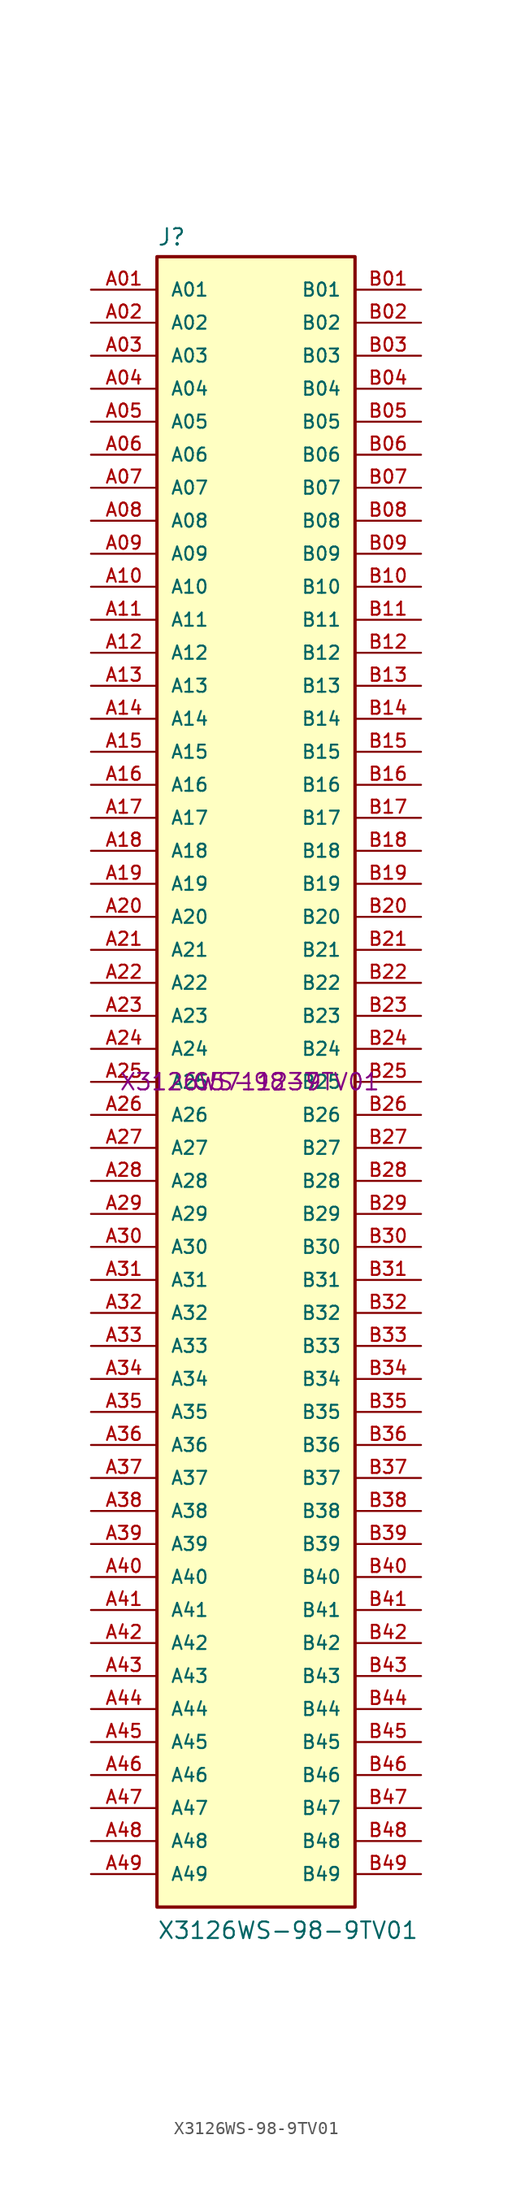
<source format=kicad_sym>
(kicad_symbol_lib
  (version 20231120)
  (generator "kicad_symbol_editor")
  (generator_version "8.0")
  (symbol "X3126WS-98-9TV01"
    (pin_names
      (offset 1.016))
    (property "Reference" "J"
      (at -7.62 64.262 0)
      (effects (font (size 1.27 1.27)) (justify left bottom)))
    (property "Value" "X3126WS-98-9TV01"
      (at -7.62 -66.04 0)
      (effects (font (size 1.27 1.27)) (justify left bottom)))
    (property "Mfr. Part # " "X3126WS-98-9TV01 "
      (at 0 0 0)
      (effects (font (size 1.27 1.27))))
    (property "LCSC Part # " "C5711237"
      (at 0 0 0)
      (effects (font (size 1.27 1.27))))
    (symbol "X3126WS-98-9TV01_0_0"
      (rectangle (start -7.62 63.5) (end 7.62 -63.5) (stroke (width 0.254) (type default)) (fill (type background)))
      (pin passive line (at -12.7 60.96 0) (length 5.08) (name "A01" (effects (font (size 1.016 1.016)))) (number "A01" (effects (font (size 1.016 1.016)))))
      (pin passive line (at -12.7 58.42 0) (length 5.08) (name "A02" (effects (font (size 1.016 1.016)))) (number "A02" (effects (font (size 1.016 1.016)))))
      (pin passive line (at -12.7 55.88 0) (length 5.08) (name "A03" (effects (font (size 1.016 1.016)))) (number "A03" (effects (font (size 1.016 1.016)))))
      (pin passive line (at -12.7 53.34 0) (length 5.08) (name "A04" (effects (font (size 1.016 1.016)))) (number "A04" (effects (font (size 1.016 1.016)))))
      (pin passive line (at -12.7 50.8 0) (length 5.08) (name "A05" (effects (font (size 1.016 1.016)))) (number "A05" (effects (font (size 1.016 1.016)))))
      (pin passive line (at -12.7 48.26 0) (length 5.08) (name "A06" (effects (font (size 1.016 1.016)))) (number "A06" (effects (font (size 1.016 1.016)))))
      (pin passive line (at -12.7 45.72 0) (length 5.08) (name "A07" (effects (font (size 1.016 1.016)))) (number "A07" (effects (font (size 1.016 1.016)))))
      (pin passive line (at -12.7 43.18 0) (length 5.08) (name "A08" (effects (font (size 1.016 1.016)))) (number "A08" (effects (font (size 1.016 1.016)))))
      (pin passive line (at -12.7 40.64 0) (length 5.08) (name "A09" (effects (font (size 1.016 1.016)))) (number "A09" (effects (font (size 1.016 1.016)))))
      (pin passive line (at -12.7 38.1 0) (length 5.08) (name "A10" (effects (font (size 1.016 1.016)))) (number "A10" (effects (font (size 1.016 1.016)))))
      (pin passive line (at -12.7 35.56 0) (length 5.08) (name "A11" (effects (font (size 1.016 1.016)))) (number "A11" (effects (font (size 1.016 1.016)))))
      (pin passive line (at -12.7 33.02 0) (length 5.08) (name "A12" (effects (font (size 1.016 1.016)))) (number "A12" (effects (font (size 1.016 1.016)))))
      (pin passive line (at -12.7 30.48 0) (length 5.08) (name "A13" (effects (font (size 1.016 1.016)))) (number "A13" (effects (font (size 1.016 1.016)))))
      (pin passive line (at -12.7 27.94 0) (length 5.08) (name "A14" (effects (font (size 1.016 1.016)))) (number "A14" (effects (font (size 1.016 1.016)))))
      (pin passive line (at -12.7 25.4 0) (length 5.08) (name "A15" (effects (font (size 1.016 1.016)))) (number "A15" (effects (font (size 1.016 1.016)))))
      (pin passive line (at -12.7 22.86 0) (length 5.08) (name "A16" (effects (font (size 1.016 1.016)))) (number "A16" (effects (font (size 1.016 1.016)))))
      (pin passive line (at -12.7 20.32 0) (length 5.08) (name "A17" (effects (font (size 1.016 1.016)))) (number "A17" (effects (font (size 1.016 1.016)))))
      (pin passive line (at -12.7 17.78 0) (length 5.08) (name "A18" (effects (font (size 1.016 1.016)))) (number "A18" (effects (font (size 1.016 1.016)))))
      (pin passive line (at -12.7 15.24 0) (length 5.08) (name "A19" (effects (font (size 1.016 1.016)))) (number "A19" (effects (font (size 1.016 1.016)))))
      (pin passive line (at -12.7 12.7 0) (length 5.08) (name "A20" (effects (font (size 1.016 1.016)))) (number "A20" (effects (font (size 1.016 1.016)))))
      (pin passive line (at -12.7 10.16 0) (length 5.08) (name "A21" (effects (font (size 1.016 1.016)))) (number "A21" (effects (font (size 1.016 1.016)))))
      (pin passive line (at -12.7 7.62 0) (length 5.08) (name "A22" (effects (font (size 1.016 1.016)))) (number "A22" (effects (font (size 1.016 1.016)))))
      (pin passive line (at -12.7 5.08 0) (length 5.08) (name "A23" (effects (font (size 1.016 1.016)))) (number "A23" (effects (font (size 1.016 1.016)))))
      (pin passive line (at -12.7 2.54 0) (length 5.08) (name "A24" (effects (font (size 1.016 1.016)))) (number "A24" (effects (font (size 1.016 1.016)))))
      (pin passive line (at -12.7 0 0) (length 5.08) (name "A25" (effects (font (size 1.016 1.016)))) (number "A25" (effects (font (size 1.016 1.016)))))
      (pin passive line (at -12.7 -2.54 0) (length 5.08) (name "A26" (effects (font (size 1.016 1.016)))) (number "A26" (effects (font (size 1.016 1.016)))))
      (pin passive line (at -12.7 -5.08 0) (length 5.08) (name "A27" (effects (font (size 1.016 1.016)))) (number "A27" (effects (font (size 1.016 1.016)))))
      (pin passive line (at -12.7 -7.62 0) (length 5.08) (name "A28" (effects (font (size 1.016 1.016)))) (number "A28" (effects (font (size 1.016 1.016)))))
      (pin passive line (at -12.7 -10.16 0) (length 5.08) (name "A29" (effects (font (size 1.016 1.016)))) (number "A29" (effects (font (size 1.016 1.016)))))
      (pin passive line (at -12.7 -12.7 0) (length 5.08) (name "A30" (effects (font (size 1.016 1.016)))) (number "A30" (effects (font (size 1.016 1.016)))))
      (pin passive line (at -12.7 -15.24 0) (length 5.08) (name "A31" (effects (font (size 1.016 1.016)))) (number "A31" (effects (font (size 1.016 1.016)))))
      (pin passive line (at -12.7 -17.78 0) (length 5.08) (name "A32" (effects (font (size 1.016 1.016)))) (number "A32" (effects (font (size 1.016 1.016)))))
      (pin passive line (at -12.7 -20.32 0) (length 5.08) (name "A33" (effects (font (size 1.016 1.016)))) (number "A33" (effects (font (size 1.016 1.016)))))
      (pin passive line (at -12.7 -22.86 0) (length 5.08) (name "A34" (effects (font (size 1.016 1.016)))) (number "A34" (effects (font (size 1.016 1.016)))))
      (pin passive line (at -12.7 -25.4 0) (length 5.08) (name "A35" (effects (font (size 1.016 1.016)))) (number "A35" (effects (font (size 1.016 1.016)))))
      (pin passive line (at -12.7 -27.94 0) (length 5.08) (name "A36" (effects (font (size 1.016 1.016)))) (number "A36" (effects (font (size 1.016 1.016)))))
      (pin passive line (at -12.7 -30.48 0) (length 5.08) (name "A37" (effects (font (size 1.016 1.016)))) (number "A37" (effects (font (size 1.016 1.016)))))
      (pin passive line (at -12.7 -33.02 0) (length 5.08) (name "A38" (effects (font (size 1.016 1.016)))) (number "A38" (effects (font (size 1.016 1.016)))))
      (pin passive line (at -12.7 -35.56 0) (length 5.08) (name "A39" (effects (font (size 1.016 1.016)))) (number "A39" (effects (font (size 1.016 1.016)))))
      (pin passive line (at -12.7 -38.1 0) (length 5.08) (name "A40" (effects (font (size 1.016 1.016)))) (number "A40" (effects (font (size 1.016 1.016)))))
      (pin passive line (at -12.7 -40.64 0) (length 5.08) (name "A41" (effects (font (size 1.016 1.016)))) (number "A41" (effects (font (size 1.016 1.016)))))
      (pin passive line (at -12.7 -43.18 0) (length 5.08) (name "A42" (effects (font (size 1.016 1.016)))) (number "A42" (effects (font (size 1.016 1.016)))))
      (pin passive line (at -12.7 -45.72 0) (length 5.08) (name "A43" (effects (font (size 1.016 1.016)))) (number "A43" (effects (font (size 1.016 1.016)))))
      (pin passive line (at -12.7 -48.26 0) (length 5.08) (name "A44" (effects (font (size 1.016 1.016)))) (number "A44" (effects (font (size 1.016 1.016)))))
      (pin passive line (at -12.7 -50.8 0) (length 5.08) (name "A45" (effects (font (size 1.016 1.016)))) (number "A45" (effects (font (size 1.016 1.016)))))
      (pin passive line (at -12.7 -53.34 0) (length 5.08) (name "A46" (effects (font (size 1.016 1.016)))) (number "A46" (effects (font (size 1.016 1.016)))))
      (pin passive line (at -12.7 -55.88 0) (length 5.08) (name "A47" (effects (font (size 1.016 1.016)))) (number "A47" (effects (font (size 1.016 1.016)))))
      (pin passive line (at -12.7 -58.42 0) (length 5.08) (name "A48" (effects (font (size 1.016 1.016)))) (number "A48" (effects (font (size 1.016 1.016)))))
      (pin passive line (at -12.7 -60.96 0) (length 5.08) (name "A49" (effects (font (size 1.016 1.016)))) (number "A49" (effects (font (size 1.016 1.016)))))
      (pin passive line (at 12.7 60.96 180) (length 5.08) (name "B01" (effects (font (size 1.016 1.016)))) (number "B01" (effects (font (size 1.016 1.016)))))
      (pin passive line (at 12.7 58.42 180) (length 5.08) (name "B02" (effects (font (size 1.016 1.016)))) (number "B02" (effects (font (size 1.016 1.016)))))
      (pin passive line (at 12.7 55.88 180) (length 5.08) (name "B03" (effects (font (size 1.016 1.016)))) (number "B03" (effects (font (size 1.016 1.016)))))
      (pin passive line (at 12.7 53.34 180) (length 5.08) (name "B04" (effects (font (size 1.016 1.016)))) (number "B04" (effects (font (size 1.016 1.016)))))
      (pin passive line (at 12.7 50.8 180) (length 5.08) (name "B05" (effects (font (size 1.016 1.016)))) (number "B05" (effects (font (size 1.016 1.016)))))
      (pin passive line (at 12.7 48.26 180) (length 5.08) (name "B06" (effects (font (size 1.016 1.016)))) (number "B06" (effects (font (size 1.016 1.016)))))
      (pin passive line (at 12.7 45.72 180) (length 5.08) (name "B07" (effects (font (size 1.016 1.016)))) (number "B07" (effects (font (size 1.016 1.016)))))
      (pin passive line (at 12.7 43.18 180) (length 5.08) (name "B08" (effects (font (size 1.016 1.016)))) (number "B08" (effects (font (size 1.016 1.016)))))
      (pin passive line (at 12.7 40.64 180) (length 5.08) (name "B09" (effects (font (size 1.016 1.016)))) (number "B09" (effects (font (size 1.016 1.016)))))
      (pin passive line (at 12.7 38.1 180) (length 5.08) (name "B10" (effects (font (size 1.016 1.016)))) (number "B10" (effects (font (size 1.016 1.016)))))
      (pin passive line (at 12.7 35.56 180) (length 5.08) (name "B11" (effects (font (size 1.016 1.016)))) (number "B11" (effects (font (size 1.016 1.016)))))
      (pin passive line (at 12.7 33.02 180) (length 5.08) (name "B12" (effects (font (size 1.016 1.016)))) (number "B12" (effects (font (size 1.016 1.016)))))
      (pin passive line (at 12.7 30.48 180) (length 5.08) (name "B13" (effects (font (size 1.016 1.016)))) (number "B13" (effects (font (size 1.016 1.016)))))
      (pin passive line (at 12.7 27.94 180) (length 5.08) (name "B14" (effects (font (size 1.016 1.016)))) (number "B14" (effects (font (size 1.016 1.016)))))
      (pin passive line (at 12.7 25.4 180) (length 5.08) (name "B15" (effects (font (size 1.016 1.016)))) (number "B15" (effects (font (size 1.016 1.016)))))
      (pin passive line (at 12.7 22.86 180) (length 5.08) (name "B16" (effects (font (size 1.016 1.016)))) (number "B16" (effects (font (size 1.016 1.016)))))
      (pin passive line (at 12.7 20.32 180) (length 5.08) (name "B17" (effects (font (size 1.016 1.016)))) (number "B17" (effects (font (size 1.016 1.016)))))
      (pin passive line (at 12.7 17.78 180) (length 5.08) (name "B18" (effects (font (size 1.016 1.016)))) (number "B18" (effects (font (size 1.016 1.016)))))
      (pin passive line (at 12.7 15.24 180) (length 5.08) (name "B19" (effects (font (size 1.016 1.016)))) (number "B19" (effects (font (size 1.016 1.016)))))
      (pin passive line (at 12.7 12.7 180) (length 5.08) (name "B20" (effects (font (size 1.016 1.016)))) (number "B20" (effects (font (size 1.016 1.016)))))
      (pin passive line (at 12.7 10.16 180) (length 5.08) (name "B21" (effects (font (size 1.016 1.016)))) (number "B21" (effects (font (size 1.016 1.016)))))
      (pin passive line (at 12.7 7.62 180) (length 5.08) (name "B22" (effects (font (size 1.016 1.016)))) (number "B22" (effects (font (size 1.016 1.016)))))
      (pin passive line (at 12.7 5.08 180) (length 5.08) (name "B23" (effects (font (size 1.016 1.016)))) (number "B23" (effects (font (size 1.016 1.016)))))
      (pin passive line (at 12.7 2.54 180) (length 5.08) (name "B24" (effects (font (size 1.016 1.016)))) (number "B24" (effects (font (size 1.016 1.016)))))
      (pin passive line (at 12.7 0 180) (length 5.08) (name "B25" (effects (font (size 1.016 1.016)))) (number "B25" (effects (font (size 1.016 1.016)))))
      (pin passive line (at 12.7 -2.54 180) (length 5.08) (name "B26" (effects (font (size 1.016 1.016)))) (number "B26" (effects (font (size 1.016 1.016)))))
      (pin passive line (at 12.7 -5.08 180) (length 5.08) (name "B27" (effects (font (size 1.016 1.016)))) (number "B27" (effects (font (size 1.016 1.016)))))
      (pin passive line (at 12.7 -7.62 180) (length 5.08) (name "B28" (effects (font (size 1.016 1.016)))) (number "B28" (effects (font (size 1.016 1.016)))))
      (pin passive line (at 12.7 -10.16 180) (length 5.08) (name "B29" (effects (font (size 1.016 1.016)))) (number "B29" (effects (font (size 1.016 1.016)))))
      (pin passive line (at 12.7 -12.7 180) (length 5.08) (name "B30" (effects (font (size 1.016 1.016)))) (number "B30" (effects (font (size 1.016 1.016)))))
      (pin passive line (at 12.7 -15.24 180) (length 5.08) (name "B31" (effects (font (size 1.016 1.016)))) (number "B31" (effects (font (size 1.016 1.016)))))
      (pin passive line (at 12.7 -17.78 180) (length 5.08) (name "B32" (effects (font (size 1.016 1.016)))) (number "B32" (effects (font (size 1.016 1.016)))))
      (pin passive line (at 12.7 -20.32 180) (length 5.08) (name "B33" (effects (font (size 1.016 1.016)))) (number "B33" (effects (font (size 1.016 1.016)))))
      (pin passive line (at 12.7 -22.86 180) (length 5.08) (name "B34" (effects (font (size 1.016 1.016)))) (number "B34" (effects (font (size 1.016 1.016)))))
      (pin passive line (at 12.7 -25.4 180) (length 5.08) (name "B35" (effects (font (size 1.016 1.016)))) (number "B35" (effects (font (size 1.016 1.016)))))
      (pin passive line (at 12.7 -27.94 180) (length 5.08) (name "B36" (effects (font (size 1.016 1.016)))) (number "B36" (effects (font (size 1.016 1.016)))))
      (pin passive line (at 12.7 -30.48 180) (length 5.08) (name "B37" (effects (font (size 1.016 1.016)))) (number "B37" (effects (font (size 1.016 1.016)))))
      (pin passive line (at 12.7 -33.02 180) (length 5.08) (name "B38" (effects (font (size 1.016 1.016)))) (number "B38" (effects (font (size 1.016 1.016)))))
      (pin passive line (at 12.7 -35.56 180) (length 5.08) (name "B39" (effects (font (size 1.016 1.016)))) (number "B39" (effects (font (size 1.016 1.016)))))
      (pin passive line (at 12.7 -38.1 180) (length 5.08) (name "B40" (effects (font (size 1.016 1.016)))) (number "B40" (effects (font (size 1.016 1.016)))))
      (pin passive line (at 12.7 -40.64 180) (length 5.08) (name "B41" (effects (font (size 1.016 1.016)))) (number "B41" (effects (font (size 1.016 1.016)))))
      (pin passive line (at 12.7 -43.18 180) (length 5.08) (name "B42" (effects (font (size 1.016 1.016)))) (number "B42" (effects (font (size 1.016 1.016)))))
      (pin passive line (at 12.7 -45.72 180) (length 5.08) (name "B43" (effects (font (size 1.016 1.016)))) (number "B43" (effects (font (size 1.016 1.016)))))
      (pin passive line (at 12.7 -48.26 180) (length 5.08) (name "B44" (effects (font (size 1.016 1.016)))) (number "B44" (effects (font (size 1.016 1.016)))))
      (pin passive line (at 12.7 -50.8 180) (length 5.08) (name "B45" (effects (font (size 1.016 1.016)))) (number "B45" (effects (font (size 1.016 1.016)))))
      (pin passive line (at 12.7 -53.34 180) (length 5.08) (name "B46" (effects (font (size 1.016 1.016)))) (number "B46" (effects (font (size 1.016 1.016)))))
      (pin passive line (at 12.7 -55.88 180) (length 5.08) (name "B47" (effects (font (size 1.016 1.016)))) (number "B47" (effects (font (size 1.016 1.016)))))
      (pin passive line (at 12.7 -58.42 180) (length 5.08) (name "B48" (effects (font (size 1.016 1.016)))) (number "B48" (effects (font (size 1.016 1.016)))))
      (pin passive line (at 12.7 -60.96 180) (length 5.08) (name "B49" (effects (font (size 1.016 1.016)))) (number "B49" (effects (font (size 1.016 1.016))))))))
</source>
